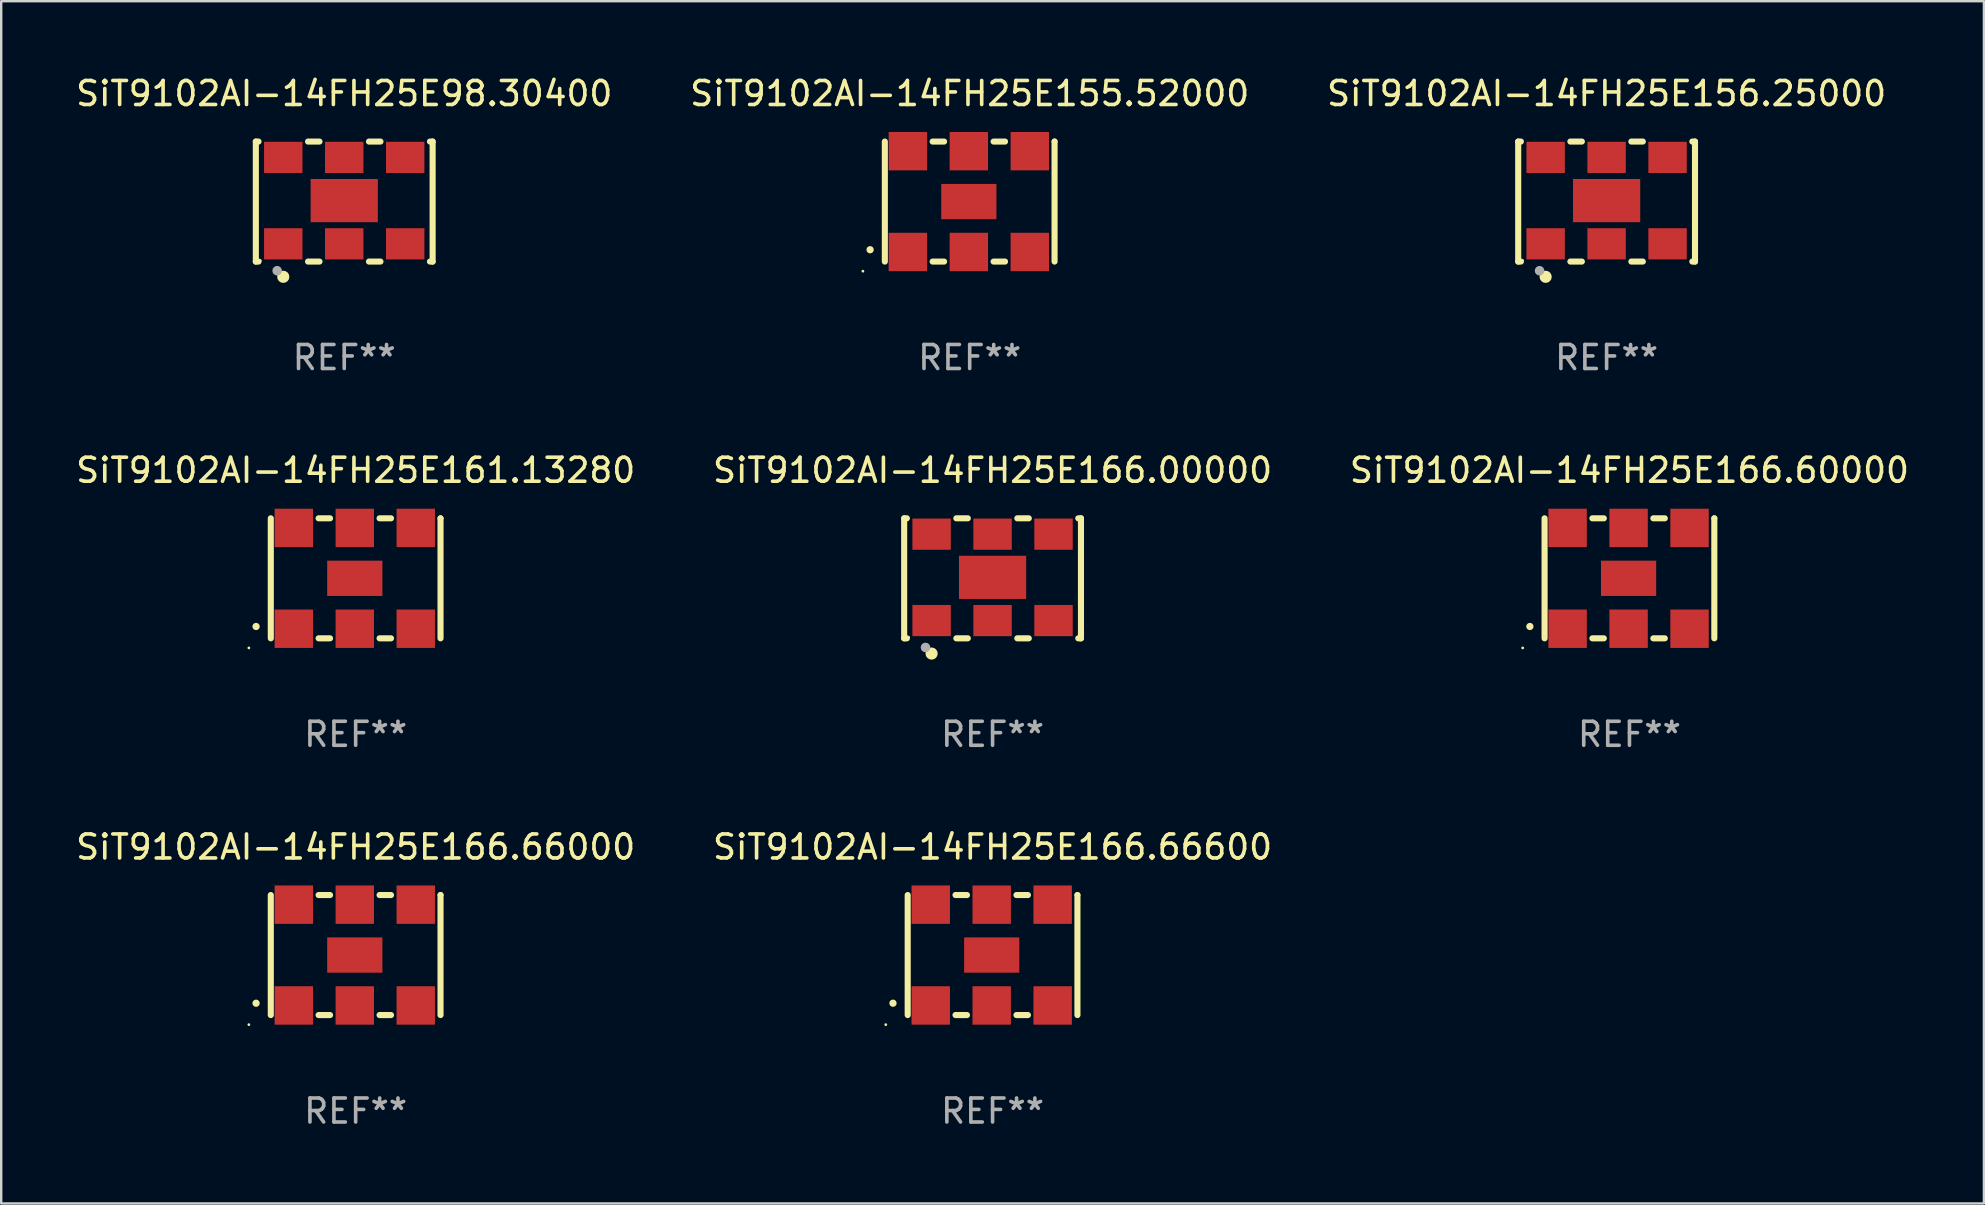
<source format=kicad_pcb>
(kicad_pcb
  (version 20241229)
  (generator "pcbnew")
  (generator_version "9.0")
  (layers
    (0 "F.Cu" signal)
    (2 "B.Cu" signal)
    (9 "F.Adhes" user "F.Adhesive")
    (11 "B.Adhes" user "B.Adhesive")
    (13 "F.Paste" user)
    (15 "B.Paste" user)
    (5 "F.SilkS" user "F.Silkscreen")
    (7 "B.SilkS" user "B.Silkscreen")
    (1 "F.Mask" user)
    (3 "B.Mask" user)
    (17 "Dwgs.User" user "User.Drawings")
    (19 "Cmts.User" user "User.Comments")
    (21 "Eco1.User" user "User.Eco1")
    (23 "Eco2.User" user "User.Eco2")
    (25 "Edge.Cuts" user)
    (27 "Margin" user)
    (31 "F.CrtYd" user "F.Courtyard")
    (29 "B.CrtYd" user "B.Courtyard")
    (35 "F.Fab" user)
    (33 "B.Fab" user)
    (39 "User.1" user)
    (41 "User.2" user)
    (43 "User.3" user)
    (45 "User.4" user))
  (footprint "SiT9102AI-14FH25E166.00000"
    (layer "F.Cu")
    (at 38.304 21.045)
    (property "Reference" "SiT9102AI-14FH25E166.00000" (at 0 -4.5 0) (layer "F.SilkS") (effects (font (size 1 1) (thickness 0.15))))
    (attr through_hole)
    (fp_line (start -3.683 -2.5) (end -3.571 -2.5) (stroke (width 0.254) (type solid)) (layer "F.SilkS"))
    (fp_line (start -3.683 2.5) (end -3.683 -2.5) (stroke (width 0.254) (type solid)) (layer "F.SilkS"))
    (fp_line (start -3.683 2.5) (end -3.571 2.5) (stroke (width 0.254) (type solid)) (layer "F.SilkS"))
    (fp_line (start -1.509 -2.5) (end -1.031 -2.5) (stroke (width 0.254) (type solid)) (layer "F.SilkS"))
    (fp_line (start -1.509 2.5) (end -1.031 2.5) (stroke (width 0.254) (type solid)) (layer "F.SilkS"))
    (fp_line (start 1.031 -2.5) (end 1.509 -2.5) (stroke (width 0.254) (type solid)) (layer "F.SilkS"))
    (fp_line (start 1.031 2.5) (end 1.509 2.5) (stroke (width 0.254) (type solid)) (layer "F.SilkS"))
    (fp_line (start 3.571 -2.5) (end 3.683 -2.5) (stroke (width 0.254) (type solid)) (layer "F.SilkS"))
    (fp_line (start 3.571 2.5) (end 3.683 2.5) (stroke (width 0.254) (type solid)) (layer "F.SilkS"))
    (fp_line (start 3.683 2.5) (end 3.683 -2.5) (stroke (width 0.254) (type solid)) (layer "F.SilkS"))
    (fp_circle (center -3.5 2.46) (end -3.47 2.46) (stroke (width 0.06) (type solid)) (fill no) (layer "F.SilkS"))
    (fp_circle (center -2.54 3.135) (end -2.413 3.135) (stroke (width 0.254) (type solid)) (fill no) (layer "F.SilkS"))
    (fp_circle (center -2.794 2.881) (end -2.694 2.881) (stroke (width 0.2) (type solid)) (fill no) (layer "F.Fab"))
    (fp_text user "REF**" (at 0 6.5 0) (layer "F.Fab") (effects (font (size 1 1) (thickness 0.15))))
    (pad "1" smd rect (at -2.54 1.76) (size 1.6 1.3) (layers "F.Cu" "F.Mask" "F.Paste"))
    (pad "2" smd rect (at 0 1.76) (size 1.6 1.3) (layers "F.Cu" "F.Mask" "F.Paste"))
    (pad "3" smd rect (at 2.54 1.76) (size 1.6 1.3) (layers "F.Cu" "F.Mask" "F.Paste"))
    (pad "4" smd rect (at 2.54 -1.84) (size 1.6 1.3) (layers "F.Cu" "F.Mask" "F.Paste"))
    (pad "5" smd rect (at 0 -1.84) (size 1.6 1.3) (layers "F.Cu" "F.Mask" "F.Paste"))
    (pad "6" smd rect (at -2.54 -1.84) (size 1.6 1.3) (layers "F.Cu" "F.Mask" "F.Paste"))
    (pad "7" smd rect (at 0 -0.04) (size 2.8 1.8) (layers "F.Cu" "F.Mask" "F.Paste")))
  (footprint "SiT9102AI-14FH25E166.66000"
    (layer "F.Cu")
    (at 11.768 36.741)
    (property "Reference" "SiT9102AI-14FH25E166.66000" (at 0 -4.5 0) (layer "F.SilkS") (effects (font (size 1 1) (thickness 0.15))))
    (attr through_hole)
    (fp_line (start -3.536 -2.5) (end -3.536 2.5) (stroke (width 0.254) (type solid)) (layer "F.SilkS"))
    (fp_line (start -1.544 2.5) (end -1.067 2.5) (stroke (width 0.254) (type solid)) (layer "F.SilkS"))
    (fp_line (start -1.067 -2.5) (end -1.544 -2.5) (stroke (width 0.254) (type solid)) (layer "F.SilkS"))
    (fp_line (start 0.996 2.5) (end 1.473 2.5) (stroke (width 0.254) (type solid)) (layer "F.SilkS"))
    (fp_line (start 1.473 -2.5) (end 0.996 -2.5) (stroke (width 0.254) (type solid)) (layer "F.SilkS"))
    (fp_line (start 3.536 -2.5) (end 3.536 -2.5) (stroke (width 0.254) (type solid)) (layer "F.SilkS"))
    (fp_line (start 3.536 2.5) (end 3.536 -2.5) (stroke (width 0.254) (type solid)) (layer "F.SilkS"))
    (fp_arc (start -4.150432 2.006604) (mid -4.149162 2.006599) (end -4.147892 2.006604) (stroke (width 0.3) (type solid)) (layer "F.SilkS"))
    (fp_circle (center -4.449 2.9) (end -4.419 2.9) (stroke (width 0.06) (type solid)) (fill no) (layer "F.SilkS"))
    (fp_text user "REF**" (at 0 6.5 0) (layer "F.Fab") (effects (font (size 1 1) (thickness 0.15))))
    (pad "1" smd rect (at -2.576 2.1) (size 1.6 1.6) (layers "F.Cu" "F.Mask" "F.Paste"))
    (pad "2" smd rect (at -0.036 2.1) (size 1.6 1.6) (layers "F.Cu" "F.Mask" "F.Paste"))
    (pad "3" smd rect (at 2.504 2.1) (size 1.6 1.6) (layers "F.Cu" "F.Mask" "F.Paste"))
    (pad "4" smd rect (at 2.504 -2.1) (size 1.6 1.6) (layers "F.Cu" "F.Mask" "F.Paste"))
    (pad "5" smd rect (at -0.036 -2.1) (size 1.6 1.6) (layers "F.Cu" "F.Mask" "F.Paste"))
    (pad "6" smd rect (at -2.576 -2.1) (size 1.6 1.6) (layers "F.Cu" "F.Mask" "F.Paste"))
    (pad "7" smd rect (at -0.036 0) (size 2.3 1.47) (layers "F.Cu" "F.Mask" "F.Paste")))
  (footprint "SiT9102AI-14FH25E155.52000"
    (layer "F.Cu")
    (at 37.351 5.348)
    (property "Reference" "SiT9102AI-14FH25E155.52000" (at 0 -4.5 0) (layer "F.SilkS") (effects (font (size 1 1) (thickness 0.15))))
    (attr through_hole)
    (fp_line (start -3.536 -2.5) (end -3.536 2.5) (stroke (width 0.254) (type solid)) (layer "F.SilkS"))
    (fp_line (start -1.544 2.5) (end -1.067 2.5) (stroke (width 0.254) (type solid)) (layer "F.SilkS"))
    (fp_line (start -1.067 -2.5) (end -1.544 -2.5) (stroke (width 0.254) (type solid)) (layer "F.SilkS"))
    (fp_line (start 0.996 2.5) (end 1.473 2.5) (stroke (width 0.254) (type solid)) (layer "F.SilkS"))
    (fp_line (start 1.473 -2.5) (end 0.996 -2.5) (stroke (width 0.254) (type solid)) (layer "F.SilkS"))
    (fp_line (start 3.536 -2.5) (end 3.536 -2.5) (stroke (width 0.254) (type solid)) (layer "F.SilkS"))
    (fp_line (start 3.536 2.5) (end 3.536 -2.5) (stroke (width 0.254) (type solid)) (layer "F.SilkS"))
    (fp_arc (start -4.150432 2.006604) (mid -4.149162 2.006599) (end -4.147892 2.006604) (stroke (width 0.3) (type solid)) (layer "F.SilkS"))
    (fp_circle (center -4.449 2.9) (end -4.419 2.9) (stroke (width 0.06) (type solid)) (fill no) (layer "F.SilkS"))
    (fp_text user "REF**" (at 0 6.5 0) (layer "F.Fab") (effects (font (size 1 1) (thickness 0.15))))
    (pad "1" smd rect (at -2.576 2.1) (size 1.6 1.6) (layers "F.Cu" "F.Mask" "F.Paste"))
    (pad "2" smd rect (at -0.036 2.1) (size 1.6 1.6) (layers "F.Cu" "F.Mask" "F.Paste"))
    (pad "3" smd rect (at 2.504 2.1) (size 1.6 1.6) (layers "F.Cu" "F.Mask" "F.Paste"))
    (pad "4" smd rect (at 2.504 -2.1) (size 1.6 1.6) (layers "F.Cu" "F.Mask" "F.Paste"))
    (pad "5" smd rect (at -0.036 -2.1) (size 1.6 1.6) (layers "F.Cu" "F.Mask" "F.Paste"))
    (pad "6" smd rect (at -2.576 -2.1) (size 1.6 1.6) (layers "F.Cu" "F.Mask" "F.Paste"))
    (pad "7" smd rect (at -0.036 0) (size 2.3 1.47) (layers "F.Cu" "F.Mask" "F.Paste")))
  (footprint "SiT9102AI-14FH25E166.60000"
    (layer "F.Cu")
    (at 64.839 21.045)
    (property "Reference" "SiT9102AI-14FH25E166.60000" (at 0 -4.5 0) (layer "F.SilkS") (effects (font (size 1 1) (thickness 0.15))))
    (attr through_hole)
    (fp_line (start -3.536 -2.5) (end -3.536 2.5) (stroke (width 0.254) (type solid)) (layer "F.SilkS"))
    (fp_line (start -1.544 2.5) (end -1.067 2.5) (stroke (width 0.254) (type solid)) (layer "F.SilkS"))
    (fp_line (start -1.067 -2.5) (end -1.544 -2.5) (stroke (width 0.254) (type solid)) (layer "F.SilkS"))
    (fp_line (start 0.996 2.5) (end 1.473 2.5) (stroke (width 0.254) (type solid)) (layer "F.SilkS"))
    (fp_line (start 1.473 -2.5) (end 0.996 -2.5) (stroke (width 0.254) (type solid)) (layer "F.SilkS"))
    (fp_line (start 3.536 -2.5) (end 3.536 -2.5) (stroke (width 0.254) (type solid)) (layer "F.SilkS"))
    (fp_line (start 3.536 2.5) (end 3.536 -2.5) (stroke (width 0.254) (type solid)) (layer "F.SilkS"))
    (fp_arc (start -4.150432 2.006604) (mid -4.149162 2.006599) (end -4.147892 2.006604) (stroke (width 0.3) (type solid)) (layer "F.SilkS"))
    (fp_circle (center -4.449 2.9) (end -4.419 2.9) (stroke (width 0.06) (type solid)) (fill no) (layer "F.SilkS"))
    (fp_text user "REF**" (at 0 6.5 0) (layer "F.Fab") (effects (font (size 1 1) (thickness 0.15))))
    (pad "1" smd rect (at -2.576 2.1) (size 1.6 1.6) (layers "F.Cu" "F.Mask" "F.Paste"))
    (pad "2" smd rect (at -0.036 2.1) (size 1.6 1.6) (layers "F.Cu" "F.Mask" "F.Paste"))
    (pad "3" smd rect (at 2.504 2.1) (size 1.6 1.6) (layers "F.Cu" "F.Mask" "F.Paste"))
    (pad "4" smd rect (at 2.504 -2.1) (size 1.6 1.6) (layers "F.Cu" "F.Mask" "F.Paste"))
    (pad "5" smd rect (at -0.036 -2.1) (size 1.6 1.6) (layers "F.Cu" "F.Mask" "F.Paste"))
    (pad "6" smd rect (at -2.576 -2.1) (size 1.6 1.6) (layers "F.Cu" "F.Mask" "F.Paste"))
    (pad "7" smd rect (at -0.036 0) (size 2.3 1.47) (layers "F.Cu" "F.Mask" "F.Paste")))
  (footprint "SiT9102AI-14FH25E161.13280"
    (layer "F.Cu")
    (at 11.768 21.045)
    (property "Reference" "SiT9102AI-14FH25E161.13280" (at 0 -4.5 0) (layer "F.SilkS") (effects (font (size 1 1) (thickness 0.15))))
    (attr through_hole)
    (fp_line (start -3.536 -2.5) (end -3.536 2.5) (stroke (width 0.254) (type solid)) (layer "F.SilkS"))
    (fp_line (start -1.544 2.5) (end -1.067 2.5) (stroke (width 0.254) (type solid)) (layer "F.SilkS"))
    (fp_line (start -1.067 -2.5) (end -1.544 -2.5) (stroke (width 0.254) (type solid)) (layer "F.SilkS"))
    (fp_line (start 0.996 2.5) (end 1.473 2.5) (stroke (width 0.254) (type solid)) (layer "F.SilkS"))
    (fp_line (start 1.473 -2.5) (end 0.996 -2.5) (stroke (width 0.254) (type solid)) (layer "F.SilkS"))
    (fp_line (start 3.536 -2.5) (end 3.536 -2.5) (stroke (width 0.254) (type solid)) (layer "F.SilkS"))
    (fp_line (start 3.536 2.5) (end 3.536 -2.5) (stroke (width 0.254) (type solid)) (layer "F.SilkS"))
    (fp_arc (start -4.150432 2.006604) (mid -4.149162 2.006599) (end -4.147892 2.006604) (stroke (width 0.3) (type solid)) (layer "F.SilkS"))
    (fp_circle (center -4.449 2.9) (end -4.419 2.9) (stroke (width 0.06) (type solid)) (fill no) (layer "F.SilkS"))
    (fp_text user "REF**" (at 0 6.5 0) (layer "F.Fab") (effects (font (size 1 1) (thickness 0.15))))
    (pad "1" smd rect (at -2.576 2.1) (size 1.6 1.6) (layers "F.Cu" "F.Mask" "F.Paste"))
    (pad "2" smd rect (at -0.036 2.1) (size 1.6 1.6) (layers "F.Cu" "F.Mask" "F.Paste"))
    (pad "3" smd rect (at 2.504 2.1) (size 1.6 1.6) (layers "F.Cu" "F.Mask" "F.Paste"))
    (pad "4" smd rect (at 2.504 -2.1) (size 1.6 1.6) (layers "F.Cu" "F.Mask" "F.Paste"))
    (pad "5" smd rect (at -0.036 -2.1) (size 1.6 1.6) (layers "F.Cu" "F.Mask" "F.Paste"))
    (pad "6" smd rect (at -2.576 -2.1) (size 1.6 1.6) (layers "F.Cu" "F.Mask" "F.Paste"))
    (pad "7" smd rect (at -0.036 0) (size 2.3 1.47) (layers "F.Cu" "F.Mask" "F.Paste")))
  (footprint "SiT9102AI-14FH25E98.30400"
    (layer "F.Cu")
    (at 11.292 5.348)
    (property "Reference" "SiT9102AI-14FH25E98.30400" (at 0 -4.5 0) (layer "F.SilkS") (effects (font (size 1 1) (thickness 0.15))))
    (attr through_hole)
    (fp_line (start -3.683 -2.5) (end -3.571 -2.5) (stroke (width 0.254) (type solid)) (layer "F.SilkS"))
    (fp_line (start -3.683 2.5) (end -3.683 -2.5) (stroke (width 0.254) (type solid)) (layer "F.SilkS"))
    (fp_line (start -3.683 2.5) (end -3.571 2.5) (stroke (width 0.254) (type solid)) (layer "F.SilkS"))
    (fp_line (start -1.509 -2.5) (end -1.031 -2.5) (stroke (width 0.254) (type solid)) (layer "F.SilkS"))
    (fp_line (start -1.509 2.5) (end -1.031 2.5) (stroke (width 0.254) (type solid)) (layer "F.SilkS"))
    (fp_line (start 1.031 -2.5) (end 1.509 -2.5) (stroke (width 0.254) (type solid)) (layer "F.SilkS"))
    (fp_line (start 1.031 2.5) (end 1.509 2.5) (stroke (width 0.254) (type solid)) (layer "F.SilkS"))
    (fp_line (start 3.571 -2.5) (end 3.683 -2.5) (stroke (width 0.254) (type solid)) (layer "F.SilkS"))
    (fp_line (start 3.571 2.5) (end 3.683 2.5) (stroke (width 0.254) (type solid)) (layer "F.SilkS"))
    (fp_line (start 3.683 2.5) (end 3.683 -2.5) (stroke (width 0.254) (type solid)) (layer "F.SilkS"))
    (fp_circle (center -3.5 2.46) (end -3.47 2.46) (stroke (width 0.06) (type solid)) (fill no) (layer "F.SilkS"))
    (fp_circle (center -2.54 3.135) (end -2.413 3.135) (stroke (width 0.254) (type solid)) (fill no) (layer "F.SilkS"))
    (fp_circle (center -2.794 2.881) (end -2.694 2.881) (stroke (width 0.2) (type solid)) (fill no) (layer "F.Fab"))
    (fp_text user "REF**" (at 0 6.5 0) (layer "F.Fab") (effects (font (size 1 1) (thickness 0.15))))
    (pad "1" smd rect (at -2.54 1.76) (size 1.6 1.3) (layers "F.Cu" "F.Mask" "F.Paste"))
    (pad "2" smd rect (at 0 1.76) (size 1.6 1.3) (layers "F.Cu" "F.Mask" "F.Paste"))
    (pad "3" smd rect (at 2.54 1.76) (size 1.6 1.3) (layers "F.Cu" "F.Mask" "F.Paste"))
    (pad "4" smd rect (at 2.54 -1.84) (size 1.6 1.3) (layers "F.Cu" "F.Mask" "F.Paste"))
    (pad "5" smd rect (at 0 -1.84) (size 1.6 1.3) (layers "F.Cu" "F.Mask" "F.Paste"))
    (pad "6" smd rect (at -2.54 -1.84) (size 1.6 1.3) (layers "F.Cu" "F.Mask" "F.Paste"))
    (pad "7" smd rect (at 0 -0.04) (size 2.8 1.8) (layers "F.Cu" "F.Mask" "F.Paste")))
  (footprint "SiT9102AI-14FH25E166.66600"
    (layer "F.Cu")
    (at 38.304 36.741)
    (property "Reference" "SiT9102AI-14FH25E166.66600" (at 0 -4.5 0) (layer "F.SilkS") (effects (font (size 1 1) (thickness 0.15))))
    (attr through_hole)
    (fp_line (start -3.536 -2.5) (end -3.536 2.5) (stroke (width 0.254) (type solid)) (layer "F.SilkS"))
    (fp_line (start -1.544 2.5) (end -1.067 2.5) (stroke (width 0.254) (type solid)) (layer "F.SilkS"))
    (fp_line (start -1.067 -2.5) (end -1.544 -2.5) (stroke (width 0.254) (type solid)) (layer "F.SilkS"))
    (fp_line (start 0.996 2.5) (end 1.473 2.5) (stroke (width 0.254) (type solid)) (layer "F.SilkS"))
    (fp_line (start 1.473 -2.5) (end 0.996 -2.5) (stroke (width 0.254) (type solid)) (layer "F.SilkS"))
    (fp_line (start 3.536 -2.5) (end 3.536 -2.5) (stroke (width 0.254) (type solid)) (layer "F.SilkS"))
    (fp_line (start 3.536 2.5) (end 3.536 -2.5) (stroke (width 0.254) (type solid)) (layer "F.SilkS"))
    (fp_arc (start -4.150432 2.006604) (mid -4.149162 2.006599) (end -4.147892 2.006604) (stroke (width 0.3) (type solid)) (layer "F.SilkS"))
    (fp_circle (center -4.449 2.9) (end -4.419 2.9) (stroke (width 0.06) (type solid)) (fill no) (layer "F.SilkS"))
    (fp_text user "REF**" (at 0 6.5 0) (layer "F.Fab") (effects (font (size 1 1) (thickness 0.15))))
    (pad "1" smd rect (at -2.576 2.1) (size 1.6 1.6) (layers "F.Cu" "F.Mask" "F.Paste"))
    (pad "2" smd rect (at -0.036 2.1) (size 1.6 1.6) (layers "F.Cu" "F.Mask" "F.Paste"))
    (pad "3" smd rect (at 2.504 2.1) (size 1.6 1.6) (layers "F.Cu" "F.Mask" "F.Paste"))
    (pad "4" smd rect (at 2.504 -2.1) (size 1.6 1.6) (layers "F.Cu" "F.Mask" "F.Paste"))
    (pad "5" smd rect (at -0.036 -2.1) (size 1.6 1.6) (layers "F.Cu" "F.Mask" "F.Paste"))
    (pad "6" smd rect (at -2.576 -2.1) (size 1.6 1.6) (layers "F.Cu" "F.Mask" "F.Paste"))
    (pad "7" smd rect (at -0.036 0) (size 2.3 1.47) (layers "F.Cu" "F.Mask" "F.Paste")))
  (footprint "SiT9102AI-14FH25E156.25000"
    (layer "F.Cu")
    (at 63.887 5.348)
    (property "Reference" "SiT9102AI-14FH25E156.25000" (at 0 -4.5 0) (layer "F.SilkS") (effects (font (size 1 1) (thickness 0.15))))
    (attr through_hole)
    (fp_line (start -3.683 -2.5) (end -3.571 -2.5) (stroke (width 0.254) (type solid)) (layer "F.SilkS"))
    (fp_line (start -3.683 2.5) (end -3.683 -2.5) (stroke (width 0.254) (type solid)) (layer "F.SilkS"))
    (fp_line (start -3.683 2.5) (end -3.571 2.5) (stroke (width 0.254) (type solid)) (layer "F.SilkS"))
    (fp_line (start -1.509 -2.5) (end -1.031 -2.5) (stroke (width 0.254) (type solid)) (layer "F.SilkS"))
    (fp_line (start -1.509 2.5) (end -1.031 2.5) (stroke (width 0.254) (type solid)) (layer "F.SilkS"))
    (fp_line (start 1.031 -2.5) (end 1.509 -2.5) (stroke (width 0.254) (type solid)) (layer "F.SilkS"))
    (fp_line (start 1.031 2.5) (end 1.509 2.5) (stroke (width 0.254) (type solid)) (layer "F.SilkS"))
    (fp_line (start 3.571 -2.5) (end 3.683 -2.5) (stroke (width 0.254) (type solid)) (layer "F.SilkS"))
    (fp_line (start 3.571 2.5) (end 3.683 2.5) (stroke (width 0.254) (type solid)) (layer "F.SilkS"))
    (fp_line (start 3.683 2.5) (end 3.683 -2.5) (stroke (width 0.254) (type solid)) (layer "F.SilkS"))
    (fp_circle (center -3.5 2.46) (end -3.47 2.46) (stroke (width 0.06) (type solid)) (fill no) (layer "F.SilkS"))
    (fp_circle (center -2.54 3.135) (end -2.413 3.135) (stroke (width 0.254) (type solid)) (fill no) (layer "F.SilkS"))
    (fp_circle (center -2.794 2.881) (end -2.694 2.881) (stroke (width 0.2) (type solid)) (fill no) (layer "F.Fab"))
    (fp_text user "REF**" (at 0 6.5 0) (layer "F.Fab") (effects (font (size 1 1) (thickness 0.15))))
    (pad "1" smd rect (at -2.54 1.76) (size 1.6 1.3) (layers "F.Cu" "F.Mask" "F.Paste"))
    (pad "2" smd rect (at 0 1.76) (size 1.6 1.3) (layers "F.Cu" "F.Mask" "F.Paste"))
    (pad "3" smd rect (at 2.54 1.76) (size 1.6 1.3) (layers "F.Cu" "F.Mask" "F.Paste"))
    (pad "4" smd rect (at 2.54 -1.84) (size 1.6 1.3) (layers "F.Cu" "F.Mask" "F.Paste"))
    (pad "5" smd rect (at 0 -1.84) (size 1.6 1.3) (layers "F.Cu" "F.Mask" "F.Paste"))
    (pad "6" smd rect (at -2.54 -1.84) (size 1.6 1.3) (layers "F.Cu" "F.Mask" "F.Paste"))
    (pad "7" smd rect (at 0 -0.04) (size 2.8 1.8) (layers "F.Cu" "F.Mask" "F.Paste")))
  (gr_rect
    (start -3 -3)
    (end 79.607 47.09)
    (stroke (width 0.1) (type default))
    (fill no)
    (layer "Edge.Cuts")))
</source>
